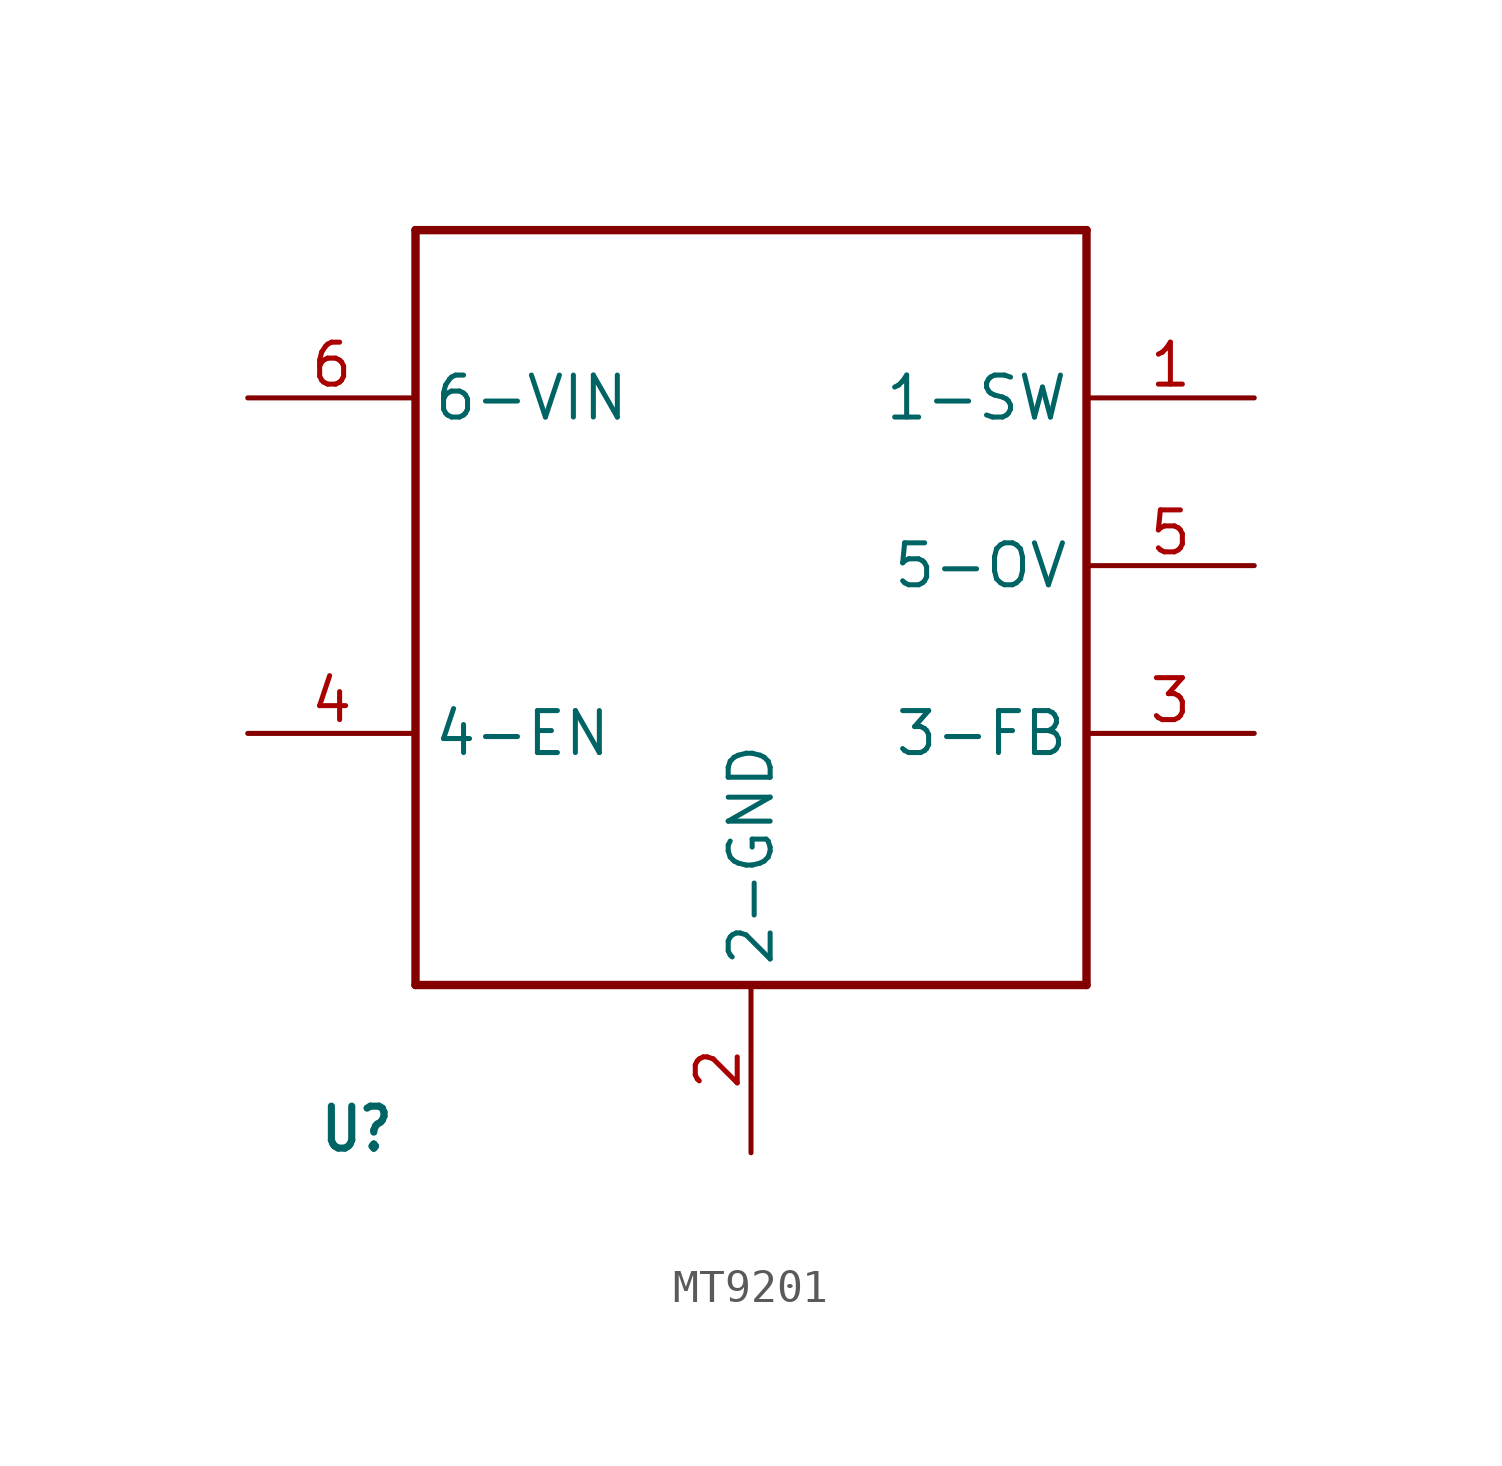
<source format=kicad_sym>
(kicad_symbol_lib
  (version 20231120)
  (generator "kicad_symbol_editor")
  (generator_version "8.0")
  (symbol "MT9201"
    (property "Reference" "U"
      (at -15.646 -20.345 0)
      (effects (font (size 1.27 1.079) (bold yes)) (justify left bottom)))
    (property "Value" ""
      (at -15.672 -18.313 0)
      (effects (font (size 1.27 1.079) (bold yes)) (justify left bottom)))
    (property "ki_locked" ""
      (at 0 0 0)
      (effects (font (size 1.27 1.27))))
    (symbol "MT9201_1_0"
      (polyline (pts (xy -12.7 -15.24) (xy -12.7 7.62)) (stroke (width 0.254) (type solid)) (fill (type none)))
      (polyline (pts (xy -12.7 7.62) (xy 7.62 7.62)) (stroke (width 0.254) (type solid)) (fill (type none)))
      (polyline (pts (xy 7.62 -15.24) (xy -12.7 -15.24)) (stroke (width 0.254) (type solid)) (fill (type none)))
      (polyline (pts (xy 7.62 7.62) (xy 7.62 -15.24)) (stroke (width 0.254) (type solid)) (fill (type none)))
      (pin bidirectional line (at 12.7 2.54 180) (length 5.08) (name "1-SW" (effects (font (size 1.27 1.27)))) (number "1" (effects (font (size 1.27 1.27)))))
      (pin bidirectional line (at -2.54 -20.32 90) (length 5.08) (name "2-GND" (effects (font (size 1.27 1.27)))) (number "2" (effects (font (size 1.27 1.27)))))
      (pin bidirectional line (at 12.7 -7.62 180) (length 5.08) (name "3-FB" (effects (font (size 1.27 1.27)))) (number "3" (effects (font (size 1.27 1.27)))))
      (pin bidirectional line (at -17.78 -7.62 0) (length 5.08) (name "4-EN" (effects (font (size 1.27 1.27)))) (number "4" (effects (font (size 1.27 1.27)))))
      (pin bidirectional line (at 12.7 -2.54 180) (length 5.08) (name "5-OV" (effects (font (size 1.27 1.27)))) (number "5" (effects (font (size 1.27 1.27)))))
      (pin bidirectional line (at -17.78 2.54 0) (length 5.08) (name "6-VIN" (effects (font (size 1.27 1.27)))) (number "6" (effects (font (size 1.27 1.27))))))))
</source>
